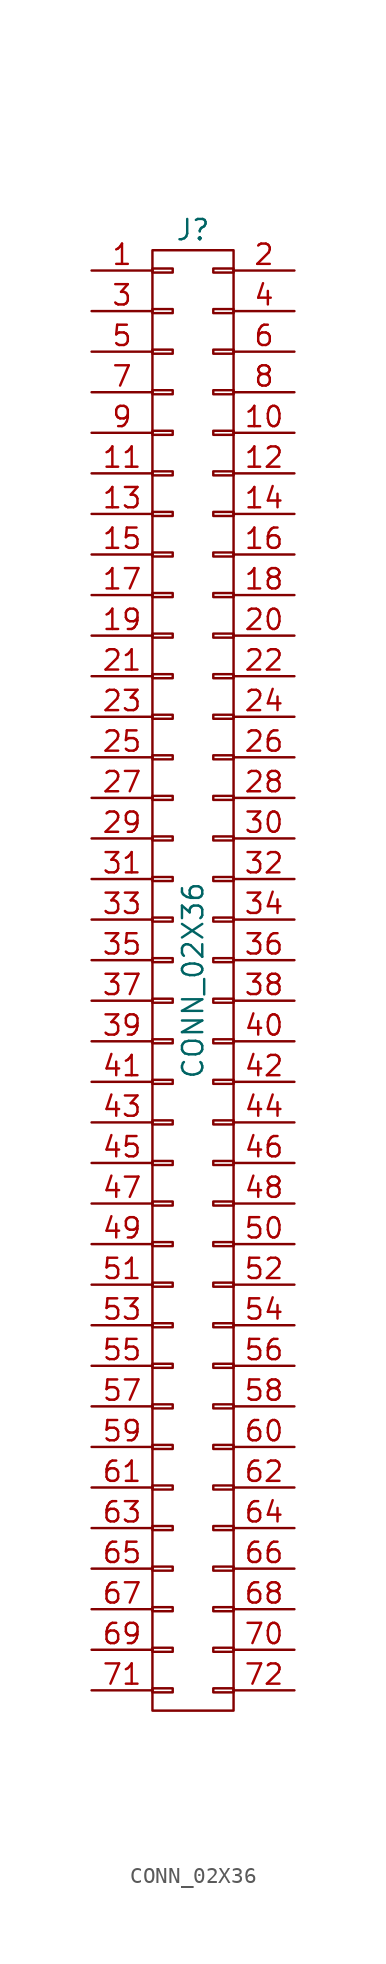
<source format=kicad_sym>
(kicad_symbol_lib
  (version 20211014)
  (generator kicad_symbol_editor)
  (symbol "CONN_02X36"
    (pin_names
      (offset 0.025) hide)
    (property "Reference" "J"
      (at 0 46.99 0)
      (effects (font (size 1.27 1.27))))
    (property "Value" "CONN_02X36"
      (at 0 0 90)
      (effects (font (size 1.27 1.27))))
    (symbol "CONN_02X36_0_1"
      (rectangle (start -2.54 -45.72) (end 2.54 45.72) (stroke (width 0) (type default) (color 0 0 0 0)) (fill (type none)))
      (rectangle (start -2.54 -44.323) (end -1.27 -44.577) (stroke (width 0) (type default) (color 0 0 0 0)) (fill (type none)))
      (rectangle (start -2.54 -41.783) (end -1.27 -42.037) (stroke (width 0) (type default) (color 0 0 0 0)) (fill (type none)))
      (rectangle (start -2.54 -39.243) (end -1.27 -39.497) (stroke (width 0) (type default) (color 0 0 0 0)) (fill (type none)))
      (rectangle (start -2.54 -36.703) (end -1.27 -36.957) (stroke (width 0) (type default) (color 0 0 0 0)) (fill (type none)))
      (rectangle (start -2.54 -34.163) (end -1.27 -34.417) (stroke (width 0) (type default) (color 0 0 0 0)) (fill (type none)))
      (rectangle (start -2.54 -31.623) (end -1.27 -31.877) (stroke (width 0) (type default) (color 0 0 0 0)) (fill (type none)))
      (rectangle (start -2.54 -29.083) (end -1.27 -29.337) (stroke (width 0) (type default) (color 0 0 0 0)) (fill (type none)))
      (rectangle (start -2.54 -26.543) (end -1.27 -26.797) (stroke (width 0) (type default) (color 0 0 0 0)) (fill (type none)))
      (rectangle (start -2.54 -24.003) (end -1.27 -24.257) (stroke (width 0) (type default) (color 0 0 0 0)) (fill (type none)))
      (rectangle (start -2.54 -21.463) (end -1.27 -21.717) (stroke (width 0) (type default) (color 0 0 0 0)) (fill (type none)))
      (rectangle (start -2.54 -18.923) (end -1.27 -19.177) (stroke (width 0) (type default) (color 0 0 0 0)) (fill (type none)))
      (rectangle (start -2.54 -16.383) (end -1.27 -16.637) (stroke (width 0) (type default) (color 0 0 0 0)) (fill (type none)))
      (rectangle (start -2.54 -13.843) (end -1.27 -14.097) (stroke (width 0) (type default) (color 0 0 0 0)) (fill (type none)))
      (rectangle (start -2.54 -11.303) (end -1.27 -11.557) (stroke (width 0) (type default) (color 0 0 0 0)) (fill (type none)))
      (rectangle (start -2.54 -8.763) (end -1.27 -9.017) (stroke (width 0) (type default) (color 0 0 0 0)) (fill (type none)))
      (rectangle (start -2.54 -6.223) (end -1.27 -6.477) (stroke (width 0) (type default) (color 0 0 0 0)) (fill (type none)))
      (rectangle (start -2.54 -3.683) (end -1.27 -3.937) (stroke (width 0) (type default) (color 0 0 0 0)) (fill (type none)))
      (rectangle (start -2.54 -1.143) (end -1.27 -1.397) (stroke (width 0) (type default) (color 0 0 0 0)) (fill (type none)))
      (rectangle (start -2.54 1.397) (end -1.27 1.143) (stroke (width 0) (type default) (color 0 0 0 0)) (fill (type none)))
      (rectangle (start -2.54 3.937) (end -1.27 3.683) (stroke (width 0) (type default) (color 0 0 0 0)) (fill (type none)))
      (rectangle (start -2.54 6.477) (end -1.27 6.223) (stroke (width 0) (type default) (color 0 0 0 0)) (fill (type none)))
      (rectangle (start -2.54 9.017) (end -1.27 8.763) (stroke (width 0) (type default) (color 0 0 0 0)) (fill (type none)))
      (rectangle (start -2.54 11.557) (end -1.27 11.303) (stroke (width 0) (type default) (color 0 0 0 0)) (fill (type none)))
      (rectangle (start -2.54 14.097) (end -1.27 13.843) (stroke (width 0) (type default) (color 0 0 0 0)) (fill (type none)))
      (rectangle (start -2.54 16.637) (end -1.27 16.383) (stroke (width 0) (type default) (color 0 0 0 0)) (fill (type none)))
      (rectangle (start -2.54 19.177) (end -1.27 18.923) (stroke (width 0) (type default) (color 0 0 0 0)) (fill (type none)))
      (rectangle (start -2.54 21.717) (end -1.27 21.463) (stroke (width 0) (type default) (color 0 0 0 0)) (fill (type none)))
      (rectangle (start -2.54 24.257) (end -1.27 24.003) (stroke (width 0) (type default) (color 0 0 0 0)) (fill (type none)))
      (rectangle (start -2.54 26.797) (end -1.27 26.543) (stroke (width 0) (type default) (color 0 0 0 0)) (fill (type none)))
      (rectangle (start -2.54 29.337) (end -1.27 29.083) (stroke (width 0) (type default) (color 0 0 0 0)) (fill (type none)))
      (rectangle (start -2.54 31.877) (end -1.27 31.623) (stroke (width 0) (type default) (color 0 0 0 0)) (fill (type none)))
      (rectangle (start -2.54 34.417) (end -1.27 34.163) (stroke (width 0) (type default) (color 0 0 0 0)) (fill (type none)))
      (rectangle (start -2.54 36.957) (end -1.27 36.703) (stroke (width 0) (type default) (color 0 0 0 0)) (fill (type none)))
      (rectangle (start -2.54 39.497) (end -1.27 39.243) (stroke (width 0) (type default) (color 0 0 0 0)) (fill (type none)))
      (rectangle (start -2.54 42.037) (end -1.27 41.783) (stroke (width 0) (type default) (color 0 0 0 0)) (fill (type none)))
      (rectangle (start -2.54 44.577) (end -1.27 44.323) (stroke (width 0) (type default) (color 0 0 0 0)) (fill (type none)))
      (rectangle (start 1.27 -44.323) (end 2.54 -44.577) (stroke (width 0) (type default) (color 0 0 0 0)) (fill (type none)))
      (rectangle (start 1.27 -41.783) (end 2.54 -42.037) (stroke (width 0) (type default) (color 0 0 0 0)) (fill (type none)))
      (rectangle (start 1.27 -39.243) (end 2.54 -39.497) (stroke (width 0) (type default) (color 0 0 0 0)) (fill (type none)))
      (rectangle (start 1.27 -36.703) (end 2.54 -36.957) (stroke (width 0) (type default) (color 0 0 0 0)) (fill (type none)))
      (rectangle (start 1.27 -34.163) (end 2.54 -34.417) (stroke (width 0) (type default) (color 0 0 0 0)) (fill (type none)))
      (rectangle (start 1.27 -31.623) (end 2.54 -31.877) (stroke (width 0) (type default) (color 0 0 0 0)) (fill (type none)))
      (rectangle (start 1.27 -29.083) (end 2.54 -29.337) (stroke (width 0) (type default) (color 0 0 0 0)) (fill (type none)))
      (rectangle (start 1.27 -26.543) (end 2.54 -26.797) (stroke (width 0) (type default) (color 0 0 0 0)) (fill (type none)))
      (rectangle (start 1.27 -24.003) (end 2.54 -24.257) (stroke (width 0) (type default) (color 0 0 0 0)) (fill (type none)))
      (rectangle (start 1.27 -21.463) (end 2.54 -21.717) (stroke (width 0) (type default) (color 0 0 0 0)) (fill (type none)))
      (rectangle (start 1.27 -18.923) (end 2.54 -19.177) (stroke (width 0) (type default) (color 0 0 0 0)) (fill (type none)))
      (rectangle (start 1.27 -16.383) (end 2.54 -16.637) (stroke (width 0) (type default) (color 0 0 0 0)) (fill (type none)))
      (rectangle (start 1.27 -13.843) (end 2.54 -14.097) (stroke (width 0) (type default) (color 0 0 0 0)) (fill (type none)))
      (rectangle (start 1.27 -11.303) (end 2.54 -11.557) (stroke (width 0) (type default) (color 0 0 0 0)) (fill (type none)))
      (rectangle (start 1.27 -8.763) (end 2.54 -9.017) (stroke (width 0) (type default) (color 0 0 0 0)) (fill (type none)))
      (rectangle (start 1.27 -6.223) (end 2.54 -6.477) (stroke (width 0) (type default) (color 0 0 0 0)) (fill (type none)))
      (rectangle (start 1.27 -3.683) (end 2.54 -3.937) (stroke (width 0) (type default) (color 0 0 0 0)) (fill (type none)))
      (rectangle (start 1.27 -1.143) (end 2.54 -1.397) (stroke (width 0) (type default) (color 0 0 0 0)) (fill (type none)))
      (rectangle (start 1.27 1.397) (end 2.54 1.143) (stroke (width 0) (type default) (color 0 0 0 0)) (fill (type none)))
      (rectangle (start 1.27 3.937) (end 2.54 3.683) (stroke (width 0) (type default) (color 0 0 0 0)) (fill (type none)))
      (rectangle (start 1.27 6.477) (end 2.54 6.223) (stroke (width 0) (type default) (color 0 0 0 0)) (fill (type none)))
      (rectangle (start 1.27 9.017) (end 2.54 8.763) (stroke (width 0) (type default) (color 0 0 0 0)) (fill (type none)))
      (rectangle (start 1.27 11.557) (end 2.54 11.303) (stroke (width 0) (type default) (color 0 0 0 0)) (fill (type none)))
      (rectangle (start 1.27 14.097) (end 2.54 13.843) (stroke (width 0) (type default) (color 0 0 0 0)) (fill (type none)))
      (rectangle (start 1.27 16.637) (end 2.54 16.383) (stroke (width 0) (type default) (color 0 0 0 0)) (fill (type none)))
      (rectangle (start 1.27 19.177) (end 2.54 18.923) (stroke (width 0) (type default) (color 0 0 0 0)) (fill (type none)))
      (rectangle (start 1.27 21.717) (end 2.54 21.463) (stroke (width 0) (type default) (color 0 0 0 0)) (fill (type none)))
      (rectangle (start 1.27 24.257) (end 2.54 24.003) (stroke (width 0) (type default) (color 0 0 0 0)) (fill (type none)))
      (rectangle (start 1.27 26.797) (end 2.54 26.543) (stroke (width 0) (type default) (color 0 0 0 0)) (fill (type none)))
      (rectangle (start 1.27 29.337) (end 2.54 29.083) (stroke (width 0) (type default) (color 0 0 0 0)) (fill (type none)))
      (rectangle (start 1.27 31.877) (end 2.54 31.623) (stroke (width 0) (type default) (color 0 0 0 0)) (fill (type none)))
      (rectangle (start 1.27 34.417) (end 2.54 34.163) (stroke (width 0) (type default) (color 0 0 0 0)) (fill (type none)))
      (rectangle (start 1.27 36.957) (end 2.54 36.703) (stroke (width 0) (type default) (color 0 0 0 0)) (fill (type none)))
      (rectangle (start 1.27 39.497) (end 2.54 39.243) (stroke (width 0) (type default) (color 0 0 0 0)) (fill (type none)))
      (rectangle (start 1.27 42.037) (end 2.54 41.783) (stroke (width 0) (type default) (color 0 0 0 0)) (fill (type none)))
      (rectangle (start 1.27 44.577) (end 2.54 44.323) (stroke (width 0) (type default) (color 0 0 0 0)) (fill (type none))))
    (symbol "CONN_02X36_1_1"
      (pin passive line (at -6.35 44.45 0) (length 3.81) (name "P1" (effects (font (size 1.27 1.27)))) (number "1" (effects (font (size 1.27 1.27)))))
      (pin passive line (at 6.35 34.29 180) (length 3.81) (name "P10" (effects (font (size 1.27 1.27)))) (number "10" (effects (font (size 1.27 1.27)))))
      (pin passive line (at -6.35 31.75 0) (length 3.81) (name "P11" (effects (font (size 1.27 1.27)))) (number "11" (effects (font (size 1.27 1.27)))))
      (pin passive line (at 6.35 31.75 180) (length 3.81) (name "P12" (effects (font (size 1.27 1.27)))) (number "12" (effects (font (size 1.27 1.27)))))
      (pin passive line (at -6.35 29.21 0) (length 3.81) (name "P13" (effects (font (size 1.27 1.27)))) (number "13" (effects (font (size 1.27 1.27)))))
      (pin passive line (at 6.35 29.21 180) (length 3.81) (name "P14" (effects (font (size 1.27 1.27)))) (number "14" (effects (font (size 1.27 1.27)))))
      (pin passive line (at -6.35 26.67 0) (length 3.81) (name "P15" (effects (font (size 1.27 1.27)))) (number "15" (effects (font (size 1.27 1.27)))))
      (pin passive line (at 6.35 26.67 180) (length 3.81) (name "P16" (effects (font (size 1.27 1.27)))) (number "16" (effects (font (size 1.27 1.27)))))
      (pin passive line (at -6.35 24.13 0) (length 3.81) (name "P17" (effects (font (size 1.27 1.27)))) (number "17" (effects (font (size 1.27 1.27)))))
      (pin passive line (at 6.35 24.13 180) (length 3.81) (name "P18" (effects (font (size 1.27 1.27)))) (number "18" (effects (font (size 1.27 1.27)))))
      (pin passive line (at -6.35 21.59 0) (length 3.81) (name "P19" (effects (font (size 1.27 1.27)))) (number "19" (effects (font (size 1.27 1.27)))))
      (pin passive line (at 6.35 44.45 180) (length 3.81) (name "P2" (effects (font (size 1.27 1.27)))) (number "2" (effects (font (size 1.27 1.27)))))
      (pin passive line (at 6.35 21.59 180) (length 3.81) (name "P20" (effects (font (size 1.27 1.27)))) (number "20" (effects (font (size 1.27 1.27)))))
      (pin passive line (at -6.35 19.05 0) (length 3.81) (name "P21" (effects (font (size 1.27 1.27)))) (number "21" (effects (font (size 1.27 1.27)))))
      (pin passive line (at 6.35 19.05 180) (length 3.81) (name "P22" (effects (font (size 1.27 1.27)))) (number "22" (effects (font (size 1.27 1.27)))))
      (pin passive line (at -6.35 16.51 0) (length 3.81) (name "P23" (effects (font (size 1.27 1.27)))) (number "23" (effects (font (size 1.27 1.27)))))
      (pin passive line (at 6.35 16.51 180) (length 3.81) (name "P24" (effects (font (size 1.27 1.27)))) (number "24" (effects (font (size 1.27 1.27)))))
      (pin passive line (at -6.35 13.97 0) (length 3.81) (name "P25" (effects (font (size 1.27 1.27)))) (number "25" (effects (font (size 1.27 1.27)))))
      (pin passive line (at 6.35 13.97 180) (length 3.81) (name "P26" (effects (font (size 1.27 1.27)))) (number "26" (effects (font (size 1.27 1.27)))))
      (pin passive line (at -6.35 11.43 0) (length 3.81) (name "P27" (effects (font (size 1.27 1.27)))) (number "27" (effects (font (size 1.27 1.27)))))
      (pin passive line (at 6.35 11.43 180) (length 3.81) (name "P28" (effects (font (size 1.27 1.27)))) (number "28" (effects (font (size 1.27 1.27)))))
      (pin passive line (at -6.35 8.89 0) (length 3.81) (name "P29" (effects (font (size 1.27 1.27)))) (number "29" (effects (font (size 1.27 1.27)))))
      (pin passive line (at -6.35 41.91 0) (length 3.81) (name "P3" (effects (font (size 1.27 1.27)))) (number "3" (effects (font (size 1.27 1.27)))))
      (pin passive line (at 6.35 8.89 180) (length 3.81) (name "P30" (effects (font (size 1.27 1.27)))) (number "30" (effects (font (size 1.27 1.27)))))
      (pin passive line (at -6.35 6.35 0) (length 3.81) (name "P31" (effects (font (size 1.27 1.27)))) (number "31" (effects (font (size 1.27 1.27)))))
      (pin passive line (at 6.35 6.35 180) (length 3.81) (name "P32" (effects (font (size 1.27 1.27)))) (number "32" (effects (font (size 1.27 1.27)))))
      (pin passive line (at -6.35 3.81 0) (length 3.81) (name "P33" (effects (font (size 1.27 1.27)))) (number "33" (effects (font (size 1.27 1.27)))))
      (pin passive line (at 6.35 3.81 180) (length 3.81) (name "P34" (effects (font (size 1.27 1.27)))) (number "34" (effects (font (size 1.27 1.27)))))
      (pin passive line (at -6.35 1.27 0) (length 3.81) (name "P35" (effects (font (size 1.27 1.27)))) (number "35" (effects (font (size 1.27 1.27)))))
      (pin passive line (at 6.35 1.27 180) (length 3.81) (name "P36" (effects (font (size 1.27 1.27)))) (number "36" (effects (font (size 1.27 1.27)))))
      (pin passive line (at -6.35 -1.27 0) (length 3.81) (name "P37" (effects (font (size 1.27 1.27)))) (number "37" (effects (font (size 1.27 1.27)))))
      (pin passive line (at 6.35 -1.27 180) (length 3.81) (name "P38" (effects (font (size 1.27 1.27)))) (number "38" (effects (font (size 1.27 1.27)))))
      (pin passive line (at -6.35 -3.81 0) (length 3.81) (name "P39" (effects (font (size 1.27 1.27)))) (number "39" (effects (font (size 1.27 1.27)))))
      (pin passive line (at 6.35 41.91 180) (length 3.81) (name "P4" (effects (font (size 1.27 1.27)))) (number "4" (effects (font (size 1.27 1.27)))))
      (pin passive line (at 6.35 -3.81 180) (length 3.81) (name "P40" (effects (font (size 1.27 1.27)))) (number "40" (effects (font (size 1.27 1.27)))))
      (pin passive line (at -6.35 -6.35 0) (length 3.81) (name "P41" (effects (font (size 1.27 1.27)))) (number "41" (effects (font (size 1.27 1.27)))))
      (pin passive line (at 6.35 -6.35 180) (length 3.81) (name "P42" (effects (font (size 1.27 1.27)))) (number "42" (effects (font (size 1.27 1.27)))))
      (pin passive line (at -6.35 -8.89 0) (length 3.81) (name "P43" (effects (font (size 1.27 1.27)))) (number "43" (effects (font (size 1.27 1.27)))))
      (pin passive line (at 6.35 -8.89 180) (length 3.81) (name "P44" (effects (font (size 1.27 1.27)))) (number "44" (effects (font (size 1.27 1.27)))))
      (pin passive line (at -6.35 -11.43 0) (length 3.81) (name "P45" (effects (font (size 1.27 1.27)))) (number "45" (effects (font (size 1.27 1.27)))))
      (pin passive line (at 6.35 -11.43 180) (length 3.81) (name "P46" (effects (font (size 1.27 1.27)))) (number "46" (effects (font (size 1.27 1.27)))))
      (pin passive line (at -6.35 -13.97 0) (length 3.81) (name "P47" (effects (font (size 1.27 1.27)))) (number "47" (effects (font (size 1.27 1.27)))))
      (pin passive line (at 6.35 -13.97 180) (length 3.81) (name "P48" (effects (font (size 1.27 1.27)))) (number "48" (effects (font (size 1.27 1.27)))))
      (pin passive line (at -6.35 -16.51 0) (length 3.81) (name "P49" (effects (font (size 1.27 1.27)))) (number "49" (effects (font (size 1.27 1.27)))))
      (pin passive line (at -6.35 39.37 0) (length 3.81) (name "P5" (effects (font (size 1.27 1.27)))) (number "5" (effects (font (size 1.27 1.27)))))
      (pin passive line (at 6.35 -16.51 180) (length 3.81) (name "P50" (effects (font (size 1.27 1.27)))) (number "50" (effects (font (size 1.27 1.27)))))
      (pin passive line (at -6.35 -19.05 0) (length 3.81) (name "P51" (effects (font (size 1.27 1.27)))) (number "51" (effects (font (size 1.27 1.27)))))
      (pin passive line (at 6.35 -19.05 180) (length 3.81) (name "P52" (effects (font (size 1.27 1.27)))) (number "52" (effects (font (size 1.27 1.27)))))
      (pin passive line (at -6.35 -21.59 0) (length 3.81) (name "P53" (effects (font (size 1.27 1.27)))) (number "53" (effects (font (size 1.27 1.27)))))
      (pin passive line (at 6.35 -21.59 180) (length 3.81) (name "P54" (effects (font (size 1.27 1.27)))) (number "54" (effects (font (size 1.27 1.27)))))
      (pin passive line (at -6.35 -24.13 0) (length 3.81) (name "P55" (effects (font (size 1.27 1.27)))) (number "55" (effects (font (size 1.27 1.27)))))
      (pin passive line (at 6.35 -24.13 180) (length 3.81) (name "P56" (effects (font (size 1.27 1.27)))) (number "56" (effects (font (size 1.27 1.27)))))
      (pin passive line (at -6.35 -26.67 0) (length 3.81) (name "P57" (effects (font (size 1.27 1.27)))) (number "57" (effects (font (size 1.27 1.27)))))
      (pin passive line (at 6.35 -26.67 180) (length 3.81) (name "P58" (effects (font (size 1.27 1.27)))) (number "58" (effects (font (size 1.27 1.27)))))
      (pin passive line (at -6.35 -29.21 0) (length 3.81) (name "P59" (effects (font (size 1.27 1.27)))) (number "59" (effects (font (size 1.27 1.27)))))
      (pin passive line (at 6.35 39.37 180) (length 3.81) (name "P6" (effects (font (size 1.27 1.27)))) (number "6" (effects (font (size 1.27 1.27)))))
      (pin passive line (at 6.35 -29.21 180) (length 3.81) (name "P60" (effects (font (size 1.27 1.27)))) (number "60" (effects (font (size 1.27 1.27)))))
      (pin passive line (at -6.35 -31.75 0) (length 3.81) (name "P61" (effects (font (size 1.27 1.27)))) (number "61" (effects (font (size 1.27 1.27)))))
      (pin passive line (at 6.35 -31.75 180) (length 3.81) (name "P62" (effects (font (size 1.27 1.27)))) (number "62" (effects (font (size 1.27 1.27)))))
      (pin passive line (at -6.35 -34.29 0) (length 3.81) (name "P63" (effects (font (size 1.27 1.27)))) (number "63" (effects (font (size 1.27 1.27)))))
      (pin passive line (at 6.35 -34.29 180) (length 3.81) (name "P64" (effects (font (size 1.27 1.27)))) (number "64" (effects (font (size 1.27 1.27)))))
      (pin passive line (at -6.35 -36.83 0) (length 3.81) (name "P65" (effects (font (size 1.27 1.27)))) (number "65" (effects (font (size 1.27 1.27)))))
      (pin passive line (at 6.35 -36.83 180) (length 3.81) (name "P66" (effects (font (size 1.27 1.27)))) (number "66" (effects (font (size 1.27 1.27)))))
      (pin passive line (at -6.35 -39.37 0) (length 3.81) (name "P67" (effects (font (size 1.27 1.27)))) (number "67" (effects (font (size 1.27 1.27)))))
      (pin passive line (at 6.35 -39.37 180) (length 3.81) (name "P68" (effects (font (size 1.27 1.27)))) (number "68" (effects (font (size 1.27 1.27)))))
      (pin passive line (at -6.35 -41.91 0) (length 3.81) (name "P69" (effects (font (size 1.27 1.27)))) (number "69" (effects (font (size 1.27 1.27)))))
      (pin passive line (at -6.35 36.83 0) (length 3.81) (name "P7" (effects (font (size 1.27 1.27)))) (number "7" (effects (font (size 1.27 1.27)))))
      (pin passive line (at 6.35 -41.91 180) (length 3.81) (name "P70" (effects (font (size 1.27 1.27)))) (number "70" (effects (font (size 1.27 1.27)))))
      (pin passive line (at -6.35 -44.45 0) (length 3.81) (name "P71" (effects (font (size 1.27 1.27)))) (number "71" (effects (font (size 1.27 1.27)))))
      (pin passive line (at 6.35 -44.45 180) (length 3.81) (name "P72" (effects (font (size 1.27 1.27)))) (number "72" (effects (font (size 1.27 1.27)))))
      (pin passive line (at 6.35 36.83 180) (length 3.81) (name "P8" (effects (font (size 1.27 1.27)))) (number "8" (effects (font (size 1.27 1.27)))))
      (pin passive line (at -6.35 34.29 0) (length 3.81) (name "P9" (effects (font (size 1.27 1.27)))) (number "9" (effects (font (size 1.27 1.27))))))))
</source>
